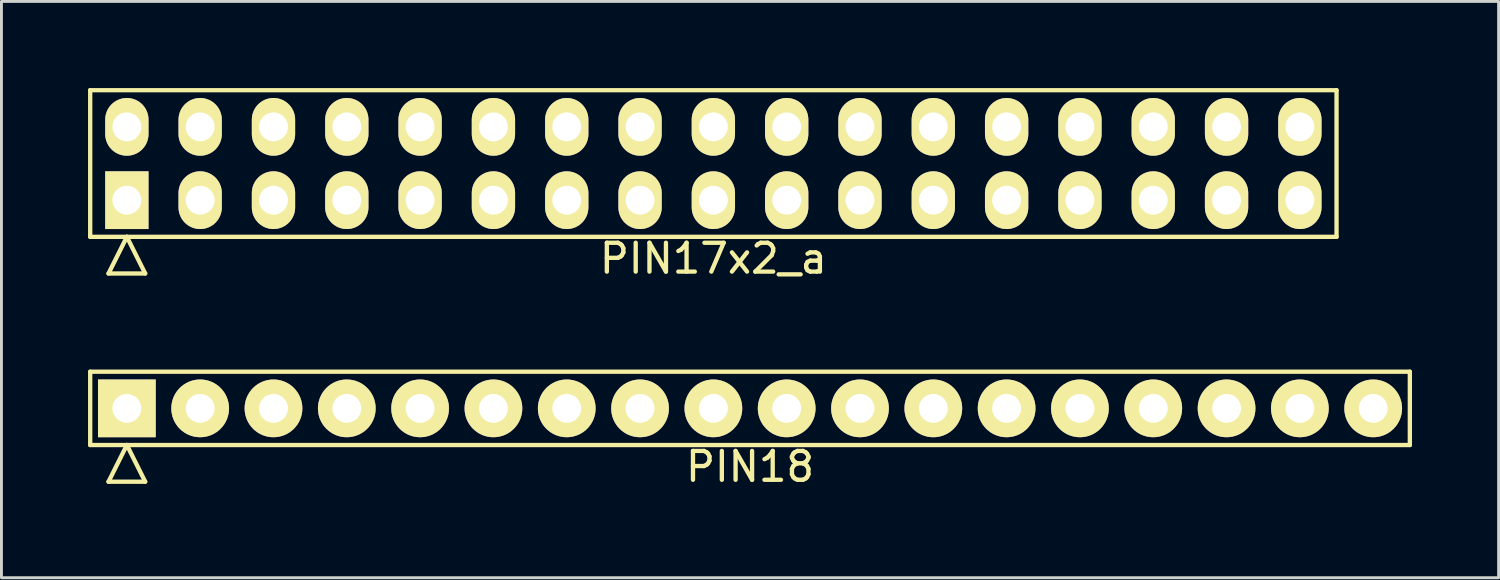
<source format=kicad_pcb>
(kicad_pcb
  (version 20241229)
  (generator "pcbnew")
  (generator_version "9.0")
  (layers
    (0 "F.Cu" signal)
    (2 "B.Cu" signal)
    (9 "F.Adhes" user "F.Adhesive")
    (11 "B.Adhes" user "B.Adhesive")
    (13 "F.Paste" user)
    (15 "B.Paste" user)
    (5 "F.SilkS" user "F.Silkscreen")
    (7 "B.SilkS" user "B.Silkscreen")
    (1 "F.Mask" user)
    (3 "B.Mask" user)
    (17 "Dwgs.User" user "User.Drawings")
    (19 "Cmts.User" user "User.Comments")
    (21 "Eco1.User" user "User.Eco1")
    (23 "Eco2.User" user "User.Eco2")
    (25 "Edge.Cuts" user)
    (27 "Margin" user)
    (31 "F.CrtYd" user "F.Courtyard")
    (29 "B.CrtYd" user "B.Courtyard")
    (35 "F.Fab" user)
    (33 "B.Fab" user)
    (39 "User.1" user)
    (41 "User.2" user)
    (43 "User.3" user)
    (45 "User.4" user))
  (footprint "PIN17x2_a"
    (layer "F.Cu")
    (at 21.665 2.615)
    (property "Reference" "PIN17x2_a" (at 0 3.29 0) (layer "F.SilkS") (effects (font (size 1 1) (thickness 0.15))))
    (attr through_hole)
    (fp_line (start -21.59 -2.54) (end -21.59 2.54) (stroke (width 0.15) (type solid)) (layer "F.SilkS"))
    (fp_line (start -21.59 2.54) (end 21.59 2.54) (stroke (width 0.15) (type solid)) (layer "F.SilkS"))
    (fp_line (start -20.955 3.81) (end -20.32 2.54) (stroke (width 0.15) (type solid)) (layer "F.SilkS"))
    (fp_line (start -20.955 3.81) (end -19.685 3.81) (stroke (width 0.15) (type solid)) (layer "F.SilkS"))
    (fp_line (start -19.685 3.81) (end -20.32 2.54) (stroke (width 0.15) (type solid)) (layer "F.SilkS"))
    (fp_line (start 21.59 -2.54) (end -21.59 -2.54) (stroke (width 0.15) (type solid)) (layer "F.SilkS"))
    (fp_line (start 21.59 2.54) (end 21.59 -2.54) (stroke (width 0.15) (type solid)) (layer "F.SilkS"))
    (pad "1" thru_hole rect (at -20.32 1.27) (size 1.5 2) (drill 1) (layers "*.Cu" "*.Mask" "F.SilkS"))
    (pad "2" thru_hole oval (at -20.32 -1.27) (size 1.5 2) (drill 1) (layers "*.Cu" "*.Mask" "F.SilkS"))
    (pad "3" thru_hole oval (at -17.78 1.27) (size 1.5 2) (drill 1) (layers "*.Cu" "*.Mask" "F.SilkS"))
    (pad "4" thru_hole oval (at -17.78 -1.27) (size 1.5 2) (drill 1) (layers "*.Cu" "*.Mask" "F.SilkS"))
    (pad "5" thru_hole oval (at -15.24 1.27) (size 1.5 2) (drill 1) (layers "*.Cu" "*.Mask" "F.SilkS"))
    (pad "6" thru_hole oval (at -15.24 -1.27) (size 1.5 2) (drill 1) (layers "*.Cu" "*.Mask" "F.SilkS"))
    (pad "7" thru_hole oval (at -12.7 1.27) (size 1.5 2) (drill 1) (layers "*.Cu" "*.Mask" "F.SilkS"))
    (pad "8" thru_hole oval (at -12.7 -1.27) (size 1.5 2) (drill 1) (layers "*.Cu" "*.Mask" "F.SilkS"))
    (pad "9" thru_hole oval (at -10.16 1.27) (size 1.5 2) (drill 1) (layers "*.Cu" "*.Mask" "F.SilkS"))
    (pad "10" thru_hole oval (at -10.16 -1.27) (size 1.5 2) (drill 1) (layers "*.Cu" "*.Mask" "F.SilkS"))
    (pad "11" thru_hole oval (at -7.62 1.27) (size 1.5 2) (drill 1) (layers "*.Cu" "*.Mask" "F.SilkS"))
    (pad "12" thru_hole oval (at -7.62 -1.27) (size 1.5 2) (drill 1) (layers "*.Cu" "*.Mask" "F.SilkS"))
    (pad "13" thru_hole oval (at -5.08 1.27) (size 1.5 2) (drill 1) (layers "*.Cu" "*.Mask" "F.SilkS"))
    (pad "14" thru_hole oval (at -5.08 -1.27) (size 1.5 2) (drill 1) (layers "*.Cu" "*.Mask" "F.SilkS"))
    (pad "15" thru_hole oval (at -2.54 1.27) (size 1.5 2) (drill 1) (layers "*.Cu" "*.Mask" "F.SilkS"))
    (pad "16" thru_hole oval (at -2.54 -1.27) (size 1.5 2) (drill 1) (layers "*.Cu" "*.Mask" "F.SilkS"))
    (pad "17" thru_hole oval (at 0 1.27) (size 1.5 2) (drill 1) (layers "*.Cu" "*.Mask" "F.SilkS"))
    (pad "18" thru_hole oval (at 0 -1.27) (size 1.5 2) (drill 1) (layers "*.Cu" "*.Mask" "F.SilkS"))
    (pad "19" thru_hole oval (at 2.54 1.27) (size 1.5 2) (drill 1) (layers "*.Cu" "*.Mask" "F.SilkS"))
    (pad "20" thru_hole oval (at 2.54 -1.27) (size 1.5 2) (drill 1) (layers "*.Cu" "*.Mask" "F.SilkS"))
    (pad "21" thru_hole oval (at 5.08 1.27) (size 1.5 2) (drill 1) (layers "*.Cu" "*.Mask" "F.SilkS"))
    (pad "22" thru_hole oval (at 5.08 -1.27) (size 1.5 2) (drill 1) (layers "*.Cu" "*.Mask" "F.SilkS"))
    (pad "23" thru_hole oval (at 7.62 1.27) (size 1.5 2) (drill 1) (layers "*.Cu" "*.Mask" "F.SilkS"))
    (pad "24" thru_hole oval (at 7.62 -1.27) (size 1.5 2) (drill 1) (layers "*.Cu" "*.Mask" "F.SilkS"))
    (pad "25" thru_hole oval (at 10.16 1.27) (size 1.5 2) (drill 1) (layers "*.Cu" "*.Mask" "F.SilkS"))
    (pad "26" thru_hole oval (at 10.16 -1.27) (size 1.5 2) (drill 1) (layers "*.Cu" "*.Mask" "F.SilkS"))
    (pad "27" thru_hole oval (at 12.7 1.27) (size 1.5 2) (drill 1) (layers "*.Cu" "*.Mask" "F.SilkS"))
    (pad "28" thru_hole oval (at 12.7 -1.27) (size 1.5 2) (drill 1) (layers "*.Cu" "*.Mask" "F.SilkS"))
    (pad "29" thru_hole oval (at 15.24 1.27) (size 1.5 2) (drill 1) (layers "*.Cu" "*.Mask" "F.SilkS"))
    (pad "30" thru_hole oval (at 15.24 -1.27) (size 1.5 2) (drill 1) (layers "*.Cu" "*.Mask" "F.SilkS"))
    (pad "31" thru_hole oval (at 17.78 1.27) (size 1.5 2) (drill 1) (layers "*.Cu" "*.Mask" "F.SilkS"))
    (pad "32" thru_hole oval (at 17.78 -1.27) (size 1.5 2) (drill 1) (layers "*.Cu" "*.Mask" "F.SilkS"))
    (pad "33" thru_hole oval (at 20.32 1.27) (size 1.5 2) (drill 1) (layers "*.Cu" "*.Mask" "F.SilkS"))
    (pad "34" thru_hole oval (at 20.32 -1.27) (size 1.5 2) (drill 1) (layers "*.Cu" "*.Mask" "F.SilkS")))
  (footprint "PIN18"
    (layer "F.Cu")
    (at 22.935 11.098)
    (property "Reference" "PIN18" (at 0 2.02 0) (layer "F.SilkS") (effects (font (size 1 1) (thickness 0.15))))
    (attr through_hole)
    (fp_line (start -22.86 -1.27) (end -22.86 1.27) (stroke (width 0.15) (type solid)) (layer "F.SilkS"))
    (fp_line (start -22.86 1.27) (end 22.86 1.27) (stroke (width 0.15) (type solid)) (layer "F.SilkS"))
    (fp_line (start -22.225 2.54) (end -21.59 1.27) (stroke (width 0.15) (type solid)) (layer "F.SilkS"))
    (fp_line (start -22.225 2.54) (end -20.955 2.54) (stroke (width 0.15) (type solid)) (layer "F.SilkS"))
    (fp_line (start -20.955 2.54) (end -21.59 1.27) (stroke (width 0.15) (type solid)) (layer "F.SilkS"))
    (fp_line (start 22.86 -1.27) (end -22.86 -1.27) (stroke (width 0.15) (type solid)) (layer "F.SilkS"))
    (fp_line (start 22.86 1.27) (end 22.86 -1.27) (stroke (width 0.15) (type solid)) (layer "F.SilkS"))
    (pad "1" thru_hole rect (at -21.59 0) (size 2 2) (drill 1) (layers "*.Cu" "*.Mask" "F.SilkS"))
    (pad "2" thru_hole oval (at -19.05 0) (size 2 2) (drill 1) (layers "*.Cu" "*.Mask" "F.SilkS"))
    (pad "3" thru_hole oval (at -16.51 0) (size 2 2) (drill 1) (layers "*.Cu" "*.Mask" "F.SilkS"))
    (pad "4" thru_hole oval (at -13.97 0) (size 2 2) (drill 1) (layers "*.Cu" "*.Mask" "F.SilkS"))
    (pad "5" thru_hole oval (at -11.43 0) (size 2 2) (drill 1) (layers "*.Cu" "*.Mask" "F.SilkS"))
    (pad "6" thru_hole oval (at -8.89 0) (size 2 2) (drill 1) (layers "*.Cu" "*.Mask" "F.SilkS"))
    (pad "7" thru_hole oval (at -6.35 0) (size 2 2) (drill 1) (layers "*.Cu" "*.Mask" "F.SilkS"))
    (pad "8" thru_hole oval (at -3.81 0) (size 2 2) (drill 1) (layers "*.Cu" "*.Mask" "F.SilkS"))
    (pad "9" thru_hole oval (at -1.27 0) (size 2 2) (drill 1) (layers "*.Cu" "*.Mask" "F.SilkS"))
    (pad "10" thru_hole oval (at 1.27 0) (size 2 2) (drill 1) (layers "*.Cu" "*.Mask" "F.SilkS"))
    (pad "11" thru_hole oval (at 3.81 0) (size 2 2) (drill 1) (layers "*.Cu" "*.Mask" "F.SilkS"))
    (pad "12" thru_hole oval (at 6.35 0) (size 2 2) (drill 1) (layers "*.Cu" "*.Mask" "F.SilkS"))
    (pad "13" thru_hole oval (at 8.89 0) (size 2 2) (drill 1) (layers "*.Cu" "*.Mask" "F.SilkS"))
    (pad "14" thru_hole oval (at 11.43 0) (size 2 2) (drill 1) (layers "*.Cu" "*.Mask" "F.SilkS"))
    (pad "15" thru_hole oval (at 13.97 0) (size 2 2) (drill 1) (layers "*.Cu" "*.Mask" "F.SilkS"))
    (pad "16" thru_hole oval (at 16.51 0) (size 2 2) (drill 1) (layers "*.Cu" "*.Mask" "F.SilkS"))
    (pad "17" thru_hole oval (at 19.05 0) (size 2 2) (drill 1) (layers "*.Cu" "*.Mask" "F.SilkS"))
    (pad "18" thru_hole oval (at 21.59 0) (size 2 2) (drill 1) (layers "*.Cu" "*.Mask" "F.SilkS")))
  (gr_rect
    (start -3 -3)
    (end 48.87 16.966)
    (stroke (width 0.1) (type default))
    (fill no)
    (layer "Edge.Cuts")))
</source>
